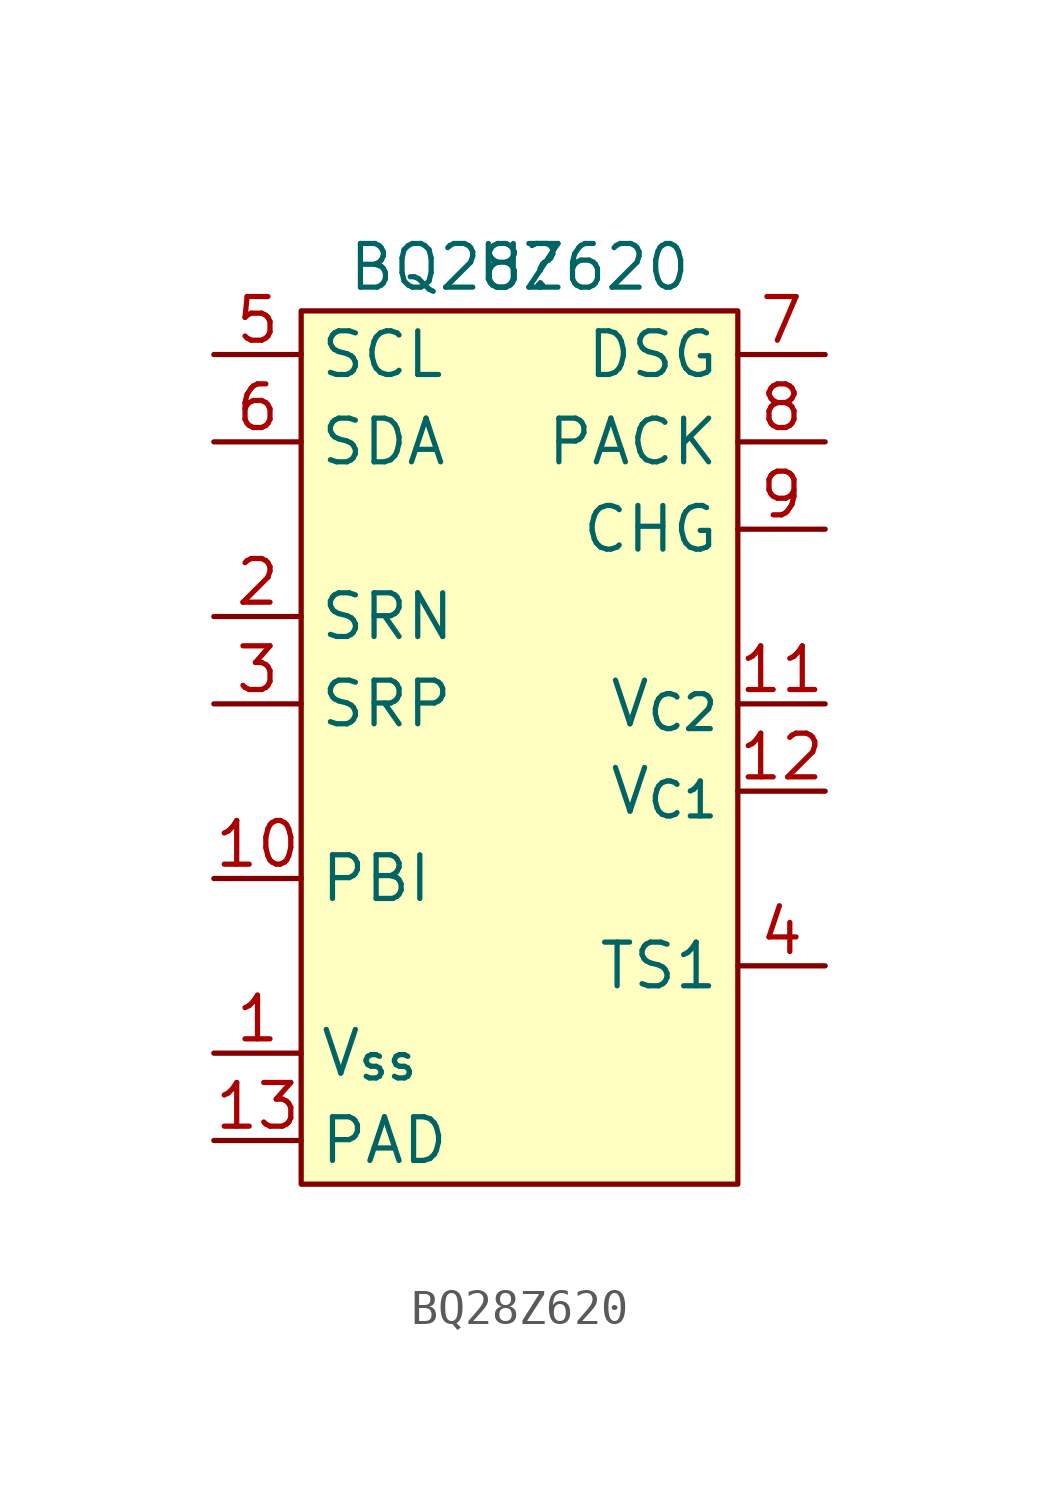
<source format=kicad_sym>
(kicad_symbol_lib
  (version 20220914)
  (generator kicad_symbol_editor)
  (symbol "BQ28Z620"
    (property "Reference" "U"
      (at 0 12.7 0)
      (effects (font (size 1.27 1.27))))
    (property "Value" "BQ28Z620"
      (at 0 12.7 0)
      (effects (font (size 1.27 1.27))))
    (symbol "BQ28Z620_1_0"
      (pin power_in line (at -8.89 -5.08 0) (length 2.54) (name "PBI" (effects (font (size 1.27 1.27)))) (number "10" (effects (font (size 1.27 1.27)))))
      (pin input line (at 8.89 0 180) (length 2.54) (name "V_{C2}" (effects (font (size 1.27 1.27)))) (number "11" (effects (font (size 1.27 1.27)))))
      (pin input line (at 8.89 -2.54 180) (length 2.54) (name "V_{C1}" (effects (font (size 1.27 1.27)))) (number "12" (effects (font (size 1.27 1.27)))))
      (pin input line (at -8.89 -12.7 0) (length 2.54) (name "PAD" (effects (font (size 1.27 1.27)))) (number "13" (effects (font (size 1.27 1.27)))))
      (pin input line (at -8.89 2.54 0) (length 2.54) (name "SRN" (effects (font (size 1.27 1.27)))) (number "2" (effects (font (size 1.27 1.27)))))
      (pin input line (at -8.89 0 0) (length 2.54) (name "SRP" (effects (font (size 1.27 1.27)))) (number "3" (effects (font (size 1.27 1.27)))))
      (pin input line (at 8.89 -7.62 180) (length 2.54) (name "TS1" (effects (font (size 1.27 1.27)))) (number "4" (effects (font (size 1.27 1.27)))))
      (pin open_collector line (at -8.89 10.16 0) (length 2.54) (name "SCL" (effects (font (size 1.27 1.27)))) (number "5" (effects (font (size 1.27 1.27)))))
      (pin open_collector line (at -8.89 7.62 0) (length 2.54) (name "SDA" (effects (font (size 1.27 1.27)))) (number "6" (effects (font (size 1.27 1.27)))))
      (pin output line (at 8.89 10.16 180) (length 2.54) (name "DSG" (effects (font (size 1.27 1.27)))) (number "7" (effects (font (size 1.27 1.27)))))
      (pin input line (at 8.89 7.62 180) (length 2.54) (name "PACK" (effects (font (size 1.27 1.27)))) (number "8" (effects (font (size 1.27 1.27)))))
      (pin output line (at 8.89 5.08 180) (length 2.54) (name "CHG" (effects (font (size 1.27 1.27)))) (number "9" (effects (font (size 1.27 1.27))))))
    (symbol "BQ28Z620_1_1"
      (rectangle (start -6.35 11.43) (end 6.35 -13.97) (stroke (width 0) (type default)) (fill (type background)))
      (pin power_in line (at -8.89 -10.16 0) (length 2.54) (name "V_{ss}" (effects (font (size 1.27 1.27)))) (number "1" (effects (font (size 1.27 1.27))))))))
</source>
